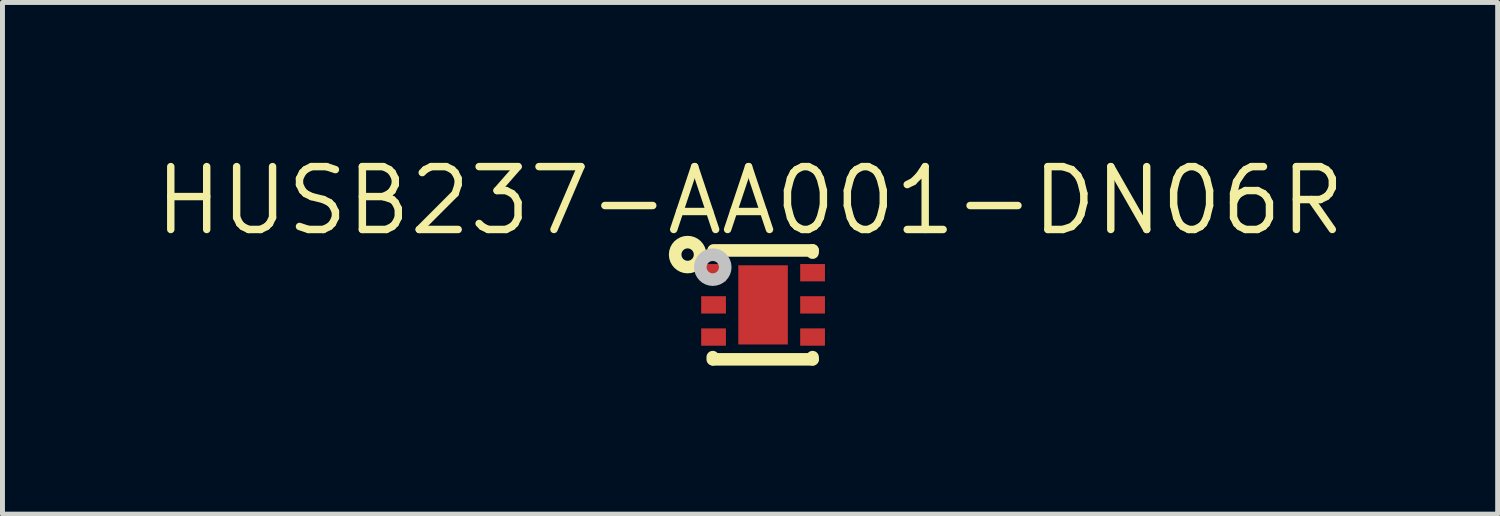
<source format=kicad_pcb>
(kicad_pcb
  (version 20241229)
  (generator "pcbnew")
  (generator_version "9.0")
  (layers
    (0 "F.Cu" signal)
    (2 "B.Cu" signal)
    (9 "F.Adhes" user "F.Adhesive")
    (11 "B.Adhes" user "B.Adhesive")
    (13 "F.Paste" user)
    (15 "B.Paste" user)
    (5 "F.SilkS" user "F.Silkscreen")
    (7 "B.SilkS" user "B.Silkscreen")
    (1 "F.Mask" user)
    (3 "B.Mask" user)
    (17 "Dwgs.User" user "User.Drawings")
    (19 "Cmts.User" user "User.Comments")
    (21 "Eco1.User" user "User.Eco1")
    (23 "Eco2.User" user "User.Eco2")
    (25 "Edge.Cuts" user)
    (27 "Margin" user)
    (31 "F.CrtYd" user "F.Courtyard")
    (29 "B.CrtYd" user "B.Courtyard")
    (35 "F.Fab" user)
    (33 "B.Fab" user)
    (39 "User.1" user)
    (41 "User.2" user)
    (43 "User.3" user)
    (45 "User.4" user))
  (footprint "HUSB237-AA001-DN06R"
    (layer "F.Cu")
    (at 12.365 3.109)
    (property "Reference" "HUSB237-AA001-DN06R" (at -0.263 -2.103 0) (layer "F.SilkS") (effects (font (size 1.27 1.27) (thickness 0.15))))
    (fp_line (start -1.016 1.056) (end -1.016 1.1) (stroke (width 0.254) (type default)) (layer "F.SilkS"))
    (fp_line (start -1 -1.1) (end 1 -1.1) (stroke (width 0.254) (type default)) (layer "F.SilkS"))
    (fp_line (start -1 1.1) (end 1 1.1) (stroke (width 0.254) (type default)) (layer "F.SilkS"))
    (fp_line (start 1 -1.1) (end 1 -1.056) (stroke (width 0.254) (type default)) (layer "F.SilkS"))
    (fp_line (start 1 1.056) (end 1 1.1) (stroke (width 0.254) (type default)) (layer "F.SilkS"))
    (fp_circle (center -1.524 -1.016) (end -1.399 -1.016) (stroke (width 0.254) (type default)) (fill no) (layer "F.SilkS"))
    (fp_circle (center -1.016 -0.762) (end -0.891 -0.762) (stroke (width 0.254) (type default)) (fill no) (layer "Dwgs.User"))
    (fp_circle (center -1 -1) (end -0.97 -1) (stroke (width 0.06) (type default)) (fill no) (layer "User.5"))
    (pad "1" smd rect (at -1 -0.65 90) (size 0.35 0.5) (layers "F.Cu" "F.Mask" "F.Paste"))
    (pad "2" smd rect (at -1 0 90) (size 0.35 0.5) (layers "F.Cu" "F.Mask" "F.Paste"))
    (pad "3" smd rect (at -1 0.65 90) (size 0.35 0.5) (layers "F.Cu" "F.Mask" "F.Paste"))
    (pad "4" smd rect (at 1 0.65 90) (size 0.35 0.5) (layers "F.Cu" "F.Mask" "F.Paste"))
    (pad "5" smd rect (at 1 0 90) (size 0.35 0.5) (layers "F.Cu" "F.Mask" "F.Paste"))
    (pad "6" smd rect (at 1 -0.65 90) (size 0.35 0.5) (layers "F.Cu" "F.Mask" "F.Paste"))
    (pad "7" smd rect (at 0.0001 0 180) (size 1 1.6) (layers "F.Cu" "F.Mask" "F.Paste"))
    (zone (net_name "") (layer "User.3") (hatch edge 0.5) (priority 100) (connect_pads yes) (min_thickness 0) (filled_areas_thickness no) (fill yes) (polygon (pts (xy 11.365 2.109) (xy 13.365 2.109) (xy 13.365 4.109) (xy 11.365 4.109))) (filled_polygon (layer "User.3") (island) (pts (xy 11.365 2.109) (xy 13.365 2.109) (xy 13.365 4.109) (xy 11.365 4.109))))
    (zone (net_name "") (layer "User.4") (hatch edge 0.5) (priority 100) (connect_pads yes) (min_thickness 0) (filled_areas_thickness no) (fill yes) (polygon (pts (xy 11.665 2.309) (xy 11.665 2.609) (xy 11.365 2.609) (xy 11.365 2.309))) (filled_polygon (layer "User.4") (island) (pts (xy 11.665 2.309) (xy 11.665 2.609) (xy 11.365 2.609) (xy 11.365 2.309))))
    (zone (net_name "") (layer "User.4") (hatch edge 0.5) (priority 100) (connect_pads yes) (min_thickness 0) (filled_areas_thickness no) (fill yes) (polygon (pts (xy 11.665 2.959) (xy 11.665 3.259) (xy 11.365 3.259) (xy 11.365 2.959))) (filled_polygon (layer "User.4") (island) (pts (xy 11.665 2.959) (xy 11.665 3.259) (xy 11.365 3.259) (xy 11.365 2.959))))
    (zone (net_name "") (layer "User.4") (hatch edge 0.5) (priority 100) (connect_pads yes) (min_thickness 0) (filled_areas_thickness no) (fill yes) (polygon (pts (xy 11.665 3.609) (xy 11.665 3.909) (xy 11.365 3.909) (xy 11.365 3.609))) (filled_polygon (layer "User.4") (island) (pts (xy 11.665 3.609) (xy 11.665 3.909) (xy 11.365 3.909) (xy 11.365 3.609))))
    (zone (net_name "") (layer "User.4") (hatch edge 0.5) (priority 100) (connect_pads yes) (min_thickness 0) (filled_areas_thickness no) (fill yes) (polygon (pts (xy 12.865 3.909) (xy 11.865 3.909) (xy 11.865 2.309) (xy 12.865 2.309))) (filled_polygon (layer "User.4") (island) (pts (xy 12.865 3.909) (xy 11.865 3.909) (xy 11.865 2.309) (xy 12.865 2.309))))
    (zone (net_name "") (layer "User.4") (hatch edge 0.5) (priority 100) (connect_pads yes) (min_thickness 0) (filled_areas_thickness no) (fill yes) (polygon (pts (xy 13.365 2.309) (xy 13.365 2.609) (xy 13.065 2.609) (xy 13.065 2.309))) (filled_polygon (layer "User.4") (island) (pts (xy 13.365 2.309) (xy 13.365 2.609) (xy 13.065 2.609) (xy 13.065 2.309))))
    (zone (net_name "") (layer "User.4") (hatch edge 0.5) (priority 100) (connect_pads yes) (min_thickness 0) (filled_areas_thickness no) (fill yes) (polygon (pts (xy 13.365 2.959) (xy 13.365 3.259) (xy 13.065 3.259) (xy 13.065 2.959))) (filled_polygon (layer "User.4") (island) (pts (xy 13.365 2.959) (xy 13.365 3.259) (xy 13.065 3.259) (xy 13.065 2.959))))
    (zone (net_name "") (layer "User.4") (hatch edge 0.5) (priority 100) (connect_pads yes) (min_thickness 0) (filled_areas_thickness no) (fill yes) (polygon (pts (xy 13.365 3.609) (xy 13.365 3.909) (xy 13.065 3.909) (xy 13.065 3.609))) (filled_polygon (layer "User.4") (island) (pts (xy 13.365 3.609) (xy 13.365 3.909) (xy 13.065 3.909) (xy 13.065 3.609)))))
  (gr_rect
    (start -3 -3)
    (end 27.205 7.336)
    (stroke (width 0.1) (type default))
    (fill no)
    (layer "Edge.Cuts")))
</source>
